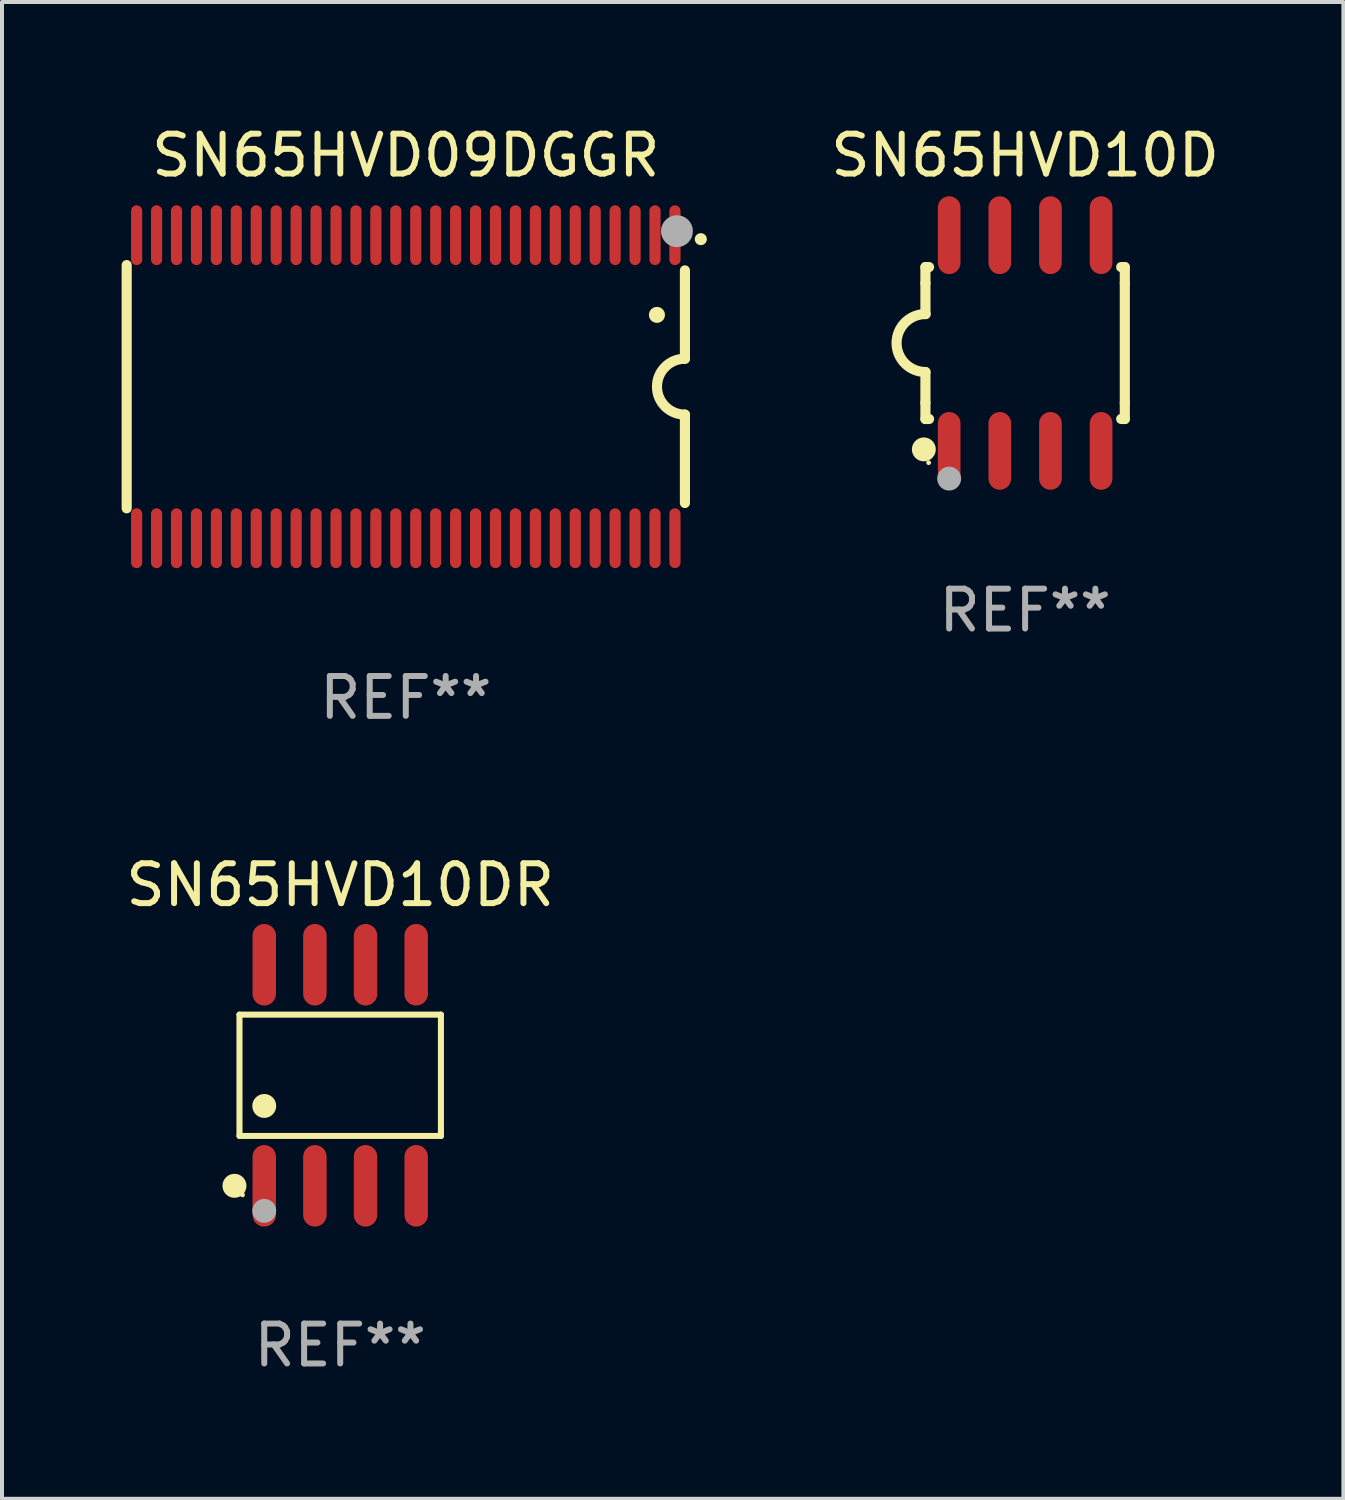
<source format=kicad_pcb>
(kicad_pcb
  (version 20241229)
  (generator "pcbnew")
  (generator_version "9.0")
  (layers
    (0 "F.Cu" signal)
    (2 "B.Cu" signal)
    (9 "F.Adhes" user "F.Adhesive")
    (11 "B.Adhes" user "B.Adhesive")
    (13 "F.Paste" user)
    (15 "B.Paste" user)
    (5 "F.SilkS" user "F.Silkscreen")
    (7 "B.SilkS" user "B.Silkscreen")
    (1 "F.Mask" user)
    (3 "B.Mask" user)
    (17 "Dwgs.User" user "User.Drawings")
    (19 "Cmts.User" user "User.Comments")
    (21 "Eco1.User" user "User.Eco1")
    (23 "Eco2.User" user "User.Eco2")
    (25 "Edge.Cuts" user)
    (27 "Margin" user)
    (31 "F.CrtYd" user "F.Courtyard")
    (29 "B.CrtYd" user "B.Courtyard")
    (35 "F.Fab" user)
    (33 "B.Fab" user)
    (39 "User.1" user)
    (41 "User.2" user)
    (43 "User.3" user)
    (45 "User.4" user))
  (footprint "SN65HVD10D"
    (layer "F.Cu")
    (at 22.659 5.553)
    (property "Reference" "SN65HVD10D" (at 0 -4.705 0) (layer "F.SilkS") (effects (font (size 1 1) (thickness 0.15))))
    (attr through_hole)
    (fp_line (start -2.5 -1.905) (end -2.409 -1.905) (stroke (width 0.254) (type solid)) (layer "F.SilkS"))
    (fp_line (start -2.5 -1.5) (end -2.5 -1.905) (stroke (width 0.254) (type solid)) (layer "F.SilkS"))
    (fp_line (start -2.5 -1.5) (end -2.5 -0.726) (stroke (width 0.254) (type solid)) (layer "F.SilkS"))
    (fp_line (start -2.5 1.5) (end -2.5 0.727) (stroke (width 0.254) (type solid)) (layer "F.SilkS"))
    (fp_line (start -2.5 1.5) (end -2.5 1.905) (stroke (width 0.254) (type solid)) (layer "F.SilkS"))
    (fp_line (start -2.5 1.905) (end -2.409 1.905) (stroke (width 0.254) (type solid)) (layer "F.SilkS"))
    (fp_line (start 2.5 -1.905) (end 2.409 -1.905) (stroke (width 0.254) (type solid)) (layer "F.SilkS"))
    (fp_line (start 2.5 -1.5) (end 2.5 -1.905) (stroke (width 0.254) (type solid)) (layer "F.SilkS"))
    (fp_line (start 2.5 -1.5) (end 2.5 1.5) (stroke (width 0.254) (type solid)) (layer "F.SilkS"))
    (fp_line (start 2.5 1.5) (end 2.5 1.905) (stroke (width 0.254) (type solid)) (layer "F.SilkS"))
    (fp_line (start 2.5 1.905) (end 2.409 1.905) (stroke (width 0.254) (type solid)) (layer "F.SilkS"))
    (fp_arc (start -2.5 0.726568) (mid -3.220316 -0.0023) (end -2.495097 -0.726289) (stroke (width 0.254001) (type solid)) (layer "F.SilkS"))
    (fp_circle (center -2.54 2.667) (end -2.39 2.667) (stroke (width 0.3) (type solid)) (fill no) (layer "F.SilkS"))
    (fp_circle (center -2.42 3) (end -2.39 3) (stroke (width 0.06) (type solid)) (fill no) (layer "F.SilkS"))
    (fp_circle (center -1.905 3.4) (end -1.755 3.4) (stroke (width 0.3) (type solid)) (fill no) (layer "F.Fab"))
    (fp_text user "REF**" (at 0 6.705 0) (layer "F.Fab") (effects (font (size 1 1) (thickness 0.15))))
    (pad "1" smd oval (at -1.905 2.705) (size 0.568 1.95) (layers "F.Cu" "F.Mask" "F.Paste"))
    (pad "2" smd oval (at -0.635 2.705) (size 0.568 1.95) (layers "F.Cu" "F.Mask" "F.Paste"))
    (pad "3" smd oval (at 0.635 2.705) (size 0.568 1.95) (layers "F.Cu" "F.Mask" "F.Paste"))
    (pad "4" smd oval (at 1.905 2.705) (size 0.568 1.95) (layers "F.Cu" "F.Mask" "F.Paste"))
    (pad "5" smd oval (at 1.905 -2.705) (size 0.568 1.95) (layers "F.Cu" "F.Mask" "F.Paste"))
    (pad "6" smd oval (at 0.635 -2.705) (size 0.568 1.95) (layers "F.Cu" "F.Mask" "F.Paste"))
    (pad "7" smd oval (at -0.635 -2.705) (size 0.568 1.95) (layers "F.Cu" "F.Mask" "F.Paste"))
    (pad "8" smd oval (at -1.905 -2.705) (size 0.568 1.95) (layers "F.Cu" "F.Mask" "F.Paste")))
  (footprint "SN65HVD09DGGR"
    (layer "F.Cu")
    (at 7.127 6.648)
    (property "Reference" "SN65HVD09DGGR" (at 0 -5.8 0) (layer "F.SilkS") (effects (font (size 1 1) (thickness 0.15))))
    (attr through_hole)
    (fp_line (start -7 3.05) (end -7 -3.05) (stroke (width 0.254) (type solid)) (layer "F.SilkS"))
    (fp_line (start 7 -2.917) (end 7 -0.7) (stroke (width 0.254) (type solid)) (layer "F.SilkS"))
    (fp_line (start 7 2.917) (end 7 0.7) (stroke (width 0.254) (type solid)) (layer "F.SilkS"))
    (fp_arc (start 6.296673 -1.800889) (mid 6.297943 -1.800893) (end 6.299213 -1.800889) (stroke (width 0.4) (type solid)) (layer "F.SilkS"))
    (fp_arc (start 7.000025 0.699975) (mid 6.299746 -0.000661) (end 7.000255 -0.701067) (stroke (width 0.254001) (type solid)) (layer "F.SilkS"))
    (fp_arc (start 7.397485 -3.700025) (mid 7.398755 -3.70003) (end 7.400025 -3.700025) (stroke (width 0.3) (type solid)) (layer "F.SilkS"))
    (fp_circle (center 7 -4.05) (end 7.03 -4.05) (stroke (width 0.06) (type solid)) (fill no) (layer "F.SilkS"))
    (fp_circle (center 6.8 -3.9) (end 7 -3.9) (stroke (width 0.4) (type solid)) (fill no) (layer "F.Fab"))
    (fp_text user "REF**" (at 0 7.8 0) (layer "F.Fab") (effects (font (size 1 1) (thickness 0.15))))
    (pad "1" smd oval (at 6.75 -3.8 180) (size 0.28 1.5) (layers "F.Cu" "F.Mask" "F.Paste"))
    (pad "2" smd oval (at 6.25 -3.8 180) (size 0.28 1.5) (layers "F.Cu" "F.Mask" "F.Paste"))
    (pad "3" smd oval (at 5.75 -3.8 180) (size 0.28 1.5) (layers "F.Cu" "F.Mask" "F.Paste"))
    (pad "4" smd oval (at 5.25 -3.8 180) (size 0.28 1.5) (layers "F.Cu" "F.Mask" "F.Paste"))
    (pad "5" smd oval (at 4.75 -3.8 180) (size 0.28 1.5) (layers "F.Cu" "F.Mask" "F.Paste"))
    (pad "6" smd oval (at 4.25 -3.8 180) (size 0.28 1.5) (layers "F.Cu" "F.Mask" "F.Paste"))
    (pad "7" smd oval (at 3.75 -3.8 180) (size 0.28 1.5) (layers "F.Cu" "F.Mask" "F.Paste"))
    (pad "8" smd oval (at 3.25 -3.8 180) (size 0.28 1.5) (layers "F.Cu" "F.Mask" "F.Paste"))
    (pad "9" smd oval (at 2.75 -3.8 180) (size 0.28 1.5) (layers "F.Cu" "F.Mask" "F.Paste"))
    (pad "10" smd oval (at 2.25 -3.8 180) (size 0.28 1.5) (layers "F.Cu" "F.Mask" "F.Paste"))
    (pad "11" smd oval (at 1.75 -3.8 180) (size 0.28 1.5) (layers "F.Cu" "F.Mask" "F.Paste"))
    (pad "12" smd oval (at 1.25 -3.8 180) (size 0.28 1.5) (layers "F.Cu" "F.Mask" "F.Paste"))
    (pad "13" smd oval (at 0.75 -3.8 180) (size 0.28 1.5) (layers "F.Cu" "F.Mask" "F.Paste"))
    (pad "14" smd oval (at 0.25 -3.8 180) (size 0.28 1.5) (layers "F.Cu" "F.Mask" "F.Paste"))
    (pad "15" smd oval (at -0.25 -3.8 180) (size 0.28 1.5) (layers "F.Cu" "F.Mask" "F.Paste"))
    (pad "16" smd oval (at -0.75 -3.8 180) (size 0.28 1.5) (layers "F.Cu" "F.Mask" "F.Paste"))
    (pad "17" smd oval (at -1.25 -3.8 180) (size 0.28 1.5) (layers "F.Cu" "F.Mask" "F.Paste"))
    (pad "18" smd oval (at -1.75 -3.8 180) (size 0.28 1.5) (layers "F.Cu" "F.Mask" "F.Paste"))
    (pad "19" smd oval (at -2.25 -3.8 180) (size 0.28 1.5) (layers "F.Cu" "F.Mask" "F.Paste"))
    (pad "20" smd oval (at -2.75 -3.8 180) (size 0.28 1.5) (layers "F.Cu" "F.Mask" "F.Paste"))
    (pad "21" smd oval (at -3.25 -3.8 180) (size 0.28 1.5) (layers "F.Cu" "F.Mask" "F.Paste"))
    (pad "22" smd oval (at -3.75 -3.8 180) (size 0.28 1.5) (layers "F.Cu" "F.Mask" "F.Paste"))
    (pad "23" smd oval (at -4.25 -3.8 180) (size 0.28 1.5) (layers "F.Cu" "F.Mask" "F.Paste"))
    (pad "24" smd oval (at -4.75 -3.8 180) (size 0.28 1.5) (layers "F.Cu" "F.Mask" "F.Paste"))
    (pad "25" smd oval (at -5.25 -3.8 180) (size 0.28 1.5) (layers "F.Cu" "F.Mask" "F.Paste"))
    (pad "26" smd oval (at -5.75 -3.8 180) (size 0.28 1.5) (layers "F.Cu" "F.Mask" "F.Paste"))
    (pad "27" smd oval (at -6.25 -3.8 180) (size 0.28 1.5) (layers "F.Cu" "F.Mask" "F.Paste"))
    (pad "28" smd oval (at -6.75 -3.8 180) (size 0.28 1.5) (layers "F.Cu" "F.Mask" "F.Paste"))
    (pad "29" smd oval (at -6.75 3.8 180) (size 0.28 1.5) (layers "F.Cu" "F.Mask" "F.Paste"))
    (pad "30" smd oval (at -6.25 3.8 180) (size 0.28 1.5) (layers "F.Cu" "F.Mask" "F.Paste"))
    (pad "31" smd oval (at -5.75 3.8 180) (size 0.28 1.5) (layers "F.Cu" "F.Mask" "F.Paste"))
    (pad "32" smd oval (at -5.25 3.8 180) (size 0.28 1.5) (layers "F.Cu" "F.Mask" "F.Paste"))
    (pad "33" smd oval (at -4.75 3.8 180) (size 0.28 1.5) (layers "F.Cu" "F.Mask" "F.Paste"))
    (pad "34" smd oval (at -4.25 3.8 180) (size 0.28 1.5) (layers "F.Cu" "F.Mask" "F.Paste"))
    (pad "35" smd oval (at -3.75 3.8 180) (size 0.28 1.5) (layers "F.Cu" "F.Mask" "F.Paste"))
    (pad "36" smd oval (at -3.25 3.8 180) (size 0.28 1.5) (layers "F.Cu" "F.Mask" "F.Paste"))
    (pad "37" smd oval (at -2.75 3.8 180) (size 0.28 1.5) (layers "F.Cu" "F.Mask" "F.Paste"))
    (pad "38" smd oval (at -2.25 3.8 180) (size 0.28 1.5) (layers "F.Cu" "F.Mask" "F.Paste"))
    (pad "39" smd oval (at -1.75 3.8 180) (size 0.28 1.5) (layers "F.Cu" "F.Mask" "F.Paste"))
    (pad "40" smd oval (at -1.25 3.8 180) (size 0.28 1.5) (layers "F.Cu" "F.Mask" "F.Paste"))
    (pad "41" smd oval (at -0.75 3.8 180) (size 0.28 1.5) (layers "F.Cu" "F.Mask" "F.Paste"))
    (pad "42" smd oval (at -0.25 3.8 180) (size 0.28 1.5) (layers "F.Cu" "F.Mask" "F.Paste"))
    (pad "43" smd oval (at 0.25 3.8 180) (size 0.28 1.5) (layers "F.Cu" "F.Mask" "F.Paste"))
    (pad "44" smd oval (at 0.75 3.8 180) (size 0.28 1.5) (layers "F.Cu" "F.Mask" "F.Paste"))
    (pad "45" smd oval (at 1.25 3.8 180) (size 0.28 1.5) (layers "F.Cu" "F.Mask" "F.Paste"))
    (pad "46" smd oval (at 1.75 3.8 180) (size 0.28 1.5) (layers "F.Cu" "F.Mask" "F.Paste"))
    (pad "47" smd oval (at 2.25 3.8 180) (size 0.28 1.5) (layers "F.Cu" "F.Mask" "F.Paste"))
    (pad "48" smd oval (at 2.75 3.8 180) (size 0.28 1.5) (layers "F.Cu" "F.Mask" "F.Paste"))
    (pad "49" smd oval (at 3.25 3.8 180) (size 0.28 1.5) (layers "F.Cu" "F.Mask" "F.Paste"))
    (pad "50" smd oval (at 3.75 3.8 180) (size 0.28 1.5) (layers "F.Cu" "F.Mask" "F.Paste"))
    (pad "51" smd oval (at 4.25 3.8 180) (size 0.28 1.5) (layers "F.Cu" "F.Mask" "F.Paste"))
    (pad "52" smd oval (at 4.75 3.8 180) (size 0.28 1.5) (layers "F.Cu" "F.Mask" "F.Paste"))
    (pad "53" smd oval (at 5.25 3.8 180) (size 0.28 1.5) (layers "F.Cu" "F.Mask" "F.Paste"))
    (pad "54" smd oval (at 5.75 3.8 180) (size 0.28 1.5) (layers "F.Cu" "F.Mask" "F.Paste"))
    (pad "55" smd oval (at 6.25 3.8 180) (size 0.28 1.5) (layers "F.Cu" "F.Mask" "F.Paste"))
    (pad "56" smd oval (at 6.75 3.8 180) (size 0.28 1.5) (layers "F.Cu" "F.Mask" "F.Paste")))
  (footprint "SN65HVD10DR"
    (layer "F.Cu")
    (at 5.482 23.917)
    (property "Reference" "SN65HVD10DR" (at 0 -4.772 0) (layer "F.SilkS") (effects (font (size 1 1) (thickness 0.15))))
    (attr through_hole)
    (fp_line (start -2.526 -1.521) (end 2.526 -1.521) (stroke (width 0.152) (type solid)) (layer "F.SilkS"))
    (fp_line (start -2.526 1.521) (end -2.526 -1.521) (stroke (width 0.152) (type solid)) (layer "F.SilkS"))
    (fp_line (start 2.526 -1.521) (end 2.526 1.521) (stroke (width 0.152) (type solid)) (layer "F.SilkS"))
    (fp_line (start 2.526 1.521) (end -2.526 1.521) (stroke (width 0.152) (type solid)) (layer "F.SilkS"))
    (fp_circle (center -2.652 2.772) (end -2.501 2.772) (stroke (width 0.3) (type solid)) (fill no) (layer "F.SilkS"))
    (fp_circle (center -2.45 3) (end -2.42 3) (stroke (width 0.06) (type solid)) (fill no) (layer "F.SilkS"))
    (fp_circle (center -1.905 0.769) (end -1.755 0.769) (stroke (width 0.3) (type solid)) (fill no) (layer "F.SilkS"))
    (fp_circle (center -1.905 3.4) (end -1.755 3.4) (stroke (width 0.3) (type solid)) (fill no) (layer "F.Fab"))
    (fp_text user "REF**" (at 0 6.772 0) (layer "F.Fab") (effects (font (size 1 1) (thickness 0.15))))
    (pad "1" smd oval (at -1.905 2.772) (size 0.588 2.045) (layers "F.Cu" "F.Mask" "F.Paste"))
    (pad "2" smd oval (at -0.635 2.772) (size 0.588 2.045) (layers "F.Cu" "F.Mask" "F.Paste"))
    (pad "3" smd oval (at 0.635 2.772) (size 0.588 2.045) (layers "F.Cu" "F.Mask" "F.Paste"))
    (pad "4" smd oval (at 1.905 2.772) (size 0.588 2.045) (layers "F.Cu" "F.Mask" "F.Paste"))
    (pad "5" smd oval (at 1.905 -2.772) (size 0.588 2.045) (layers "F.Cu" "F.Mask" "F.Paste"))
    (pad "6" smd oval (at 0.635 -2.772) (size 0.588 2.045) (layers "F.Cu" "F.Mask" "F.Paste"))
    (pad "7" smd oval (at -0.635 -2.772) (size 0.588 2.045) (layers "F.Cu" "F.Mask" "F.Paste"))
    (pad "8" smd oval (at -1.905 -2.772) (size 0.588 2.045) (layers "F.Cu" "F.Mask" "F.Paste")))
  (gr_rect
    (start -3 -3)
    (end 30.641 34.538)
    (stroke (width 0.1) (type default))
    (fill no)
    (layer "Edge.Cuts")))
</source>
